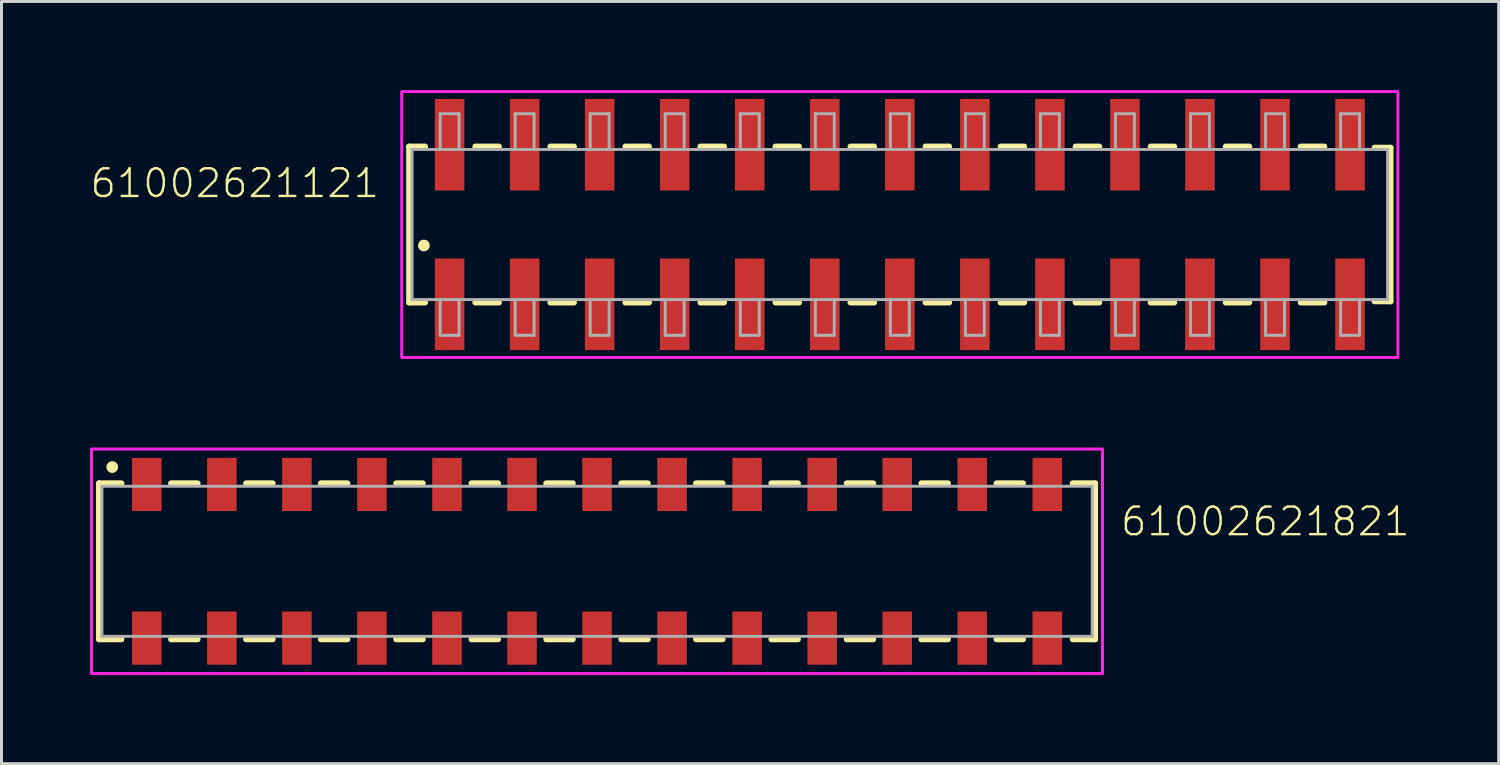
<source format=kicad_pcb>
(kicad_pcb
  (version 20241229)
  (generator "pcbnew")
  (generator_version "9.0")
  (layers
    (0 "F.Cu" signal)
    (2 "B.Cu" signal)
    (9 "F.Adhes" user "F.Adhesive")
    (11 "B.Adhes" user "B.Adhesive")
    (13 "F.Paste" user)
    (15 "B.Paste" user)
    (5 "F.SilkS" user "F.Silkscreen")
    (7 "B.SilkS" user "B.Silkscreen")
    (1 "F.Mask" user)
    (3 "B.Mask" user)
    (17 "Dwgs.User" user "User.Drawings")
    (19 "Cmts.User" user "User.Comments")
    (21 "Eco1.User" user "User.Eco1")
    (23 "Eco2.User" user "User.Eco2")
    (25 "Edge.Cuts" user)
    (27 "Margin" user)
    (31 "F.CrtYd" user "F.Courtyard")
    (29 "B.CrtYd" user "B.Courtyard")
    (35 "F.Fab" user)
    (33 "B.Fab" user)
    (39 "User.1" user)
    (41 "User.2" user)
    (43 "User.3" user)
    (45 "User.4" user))
  (footprint "61002621121"
    (layer "F.Cu")
    (at 27.409 4.55)
    (property "Reference" "61002621121" (at -17.56 -0.85 0) (unlocked yes) (layer "F.SilkS") (effects (font (size 0.935 0.935) (thickness 0.081)) (justify right bottom)))
    (fp_line (start -16.61 -2.64) (end -16.61 2.64) (stroke (width 0.2) (type solid)) (layer "F.SilkS"))
    (fp_line (start -16.61 2.64) (end -16.07 2.64) (stroke (width 0.2) (type solid)) (layer "F.SilkS"))
    (fp_line (start -16.07 -2.64) (end -16.61 -2.64) (stroke (width 0.2) (type solid)) (layer "F.SilkS"))
    (fp_line (start -14.37 2.64) (end -13.57 2.64) (stroke (width 0.2) (type solid)) (layer "F.SilkS"))
    (fp_line (start -13.57 -2.64) (end -14.37 -2.64) (stroke (width 0.2) (type solid)) (layer "F.SilkS"))
    (fp_line (start -11.83 2.64) (end -11.03 2.64) (stroke (width 0.2) (type solid)) (layer "F.SilkS"))
    (fp_line (start -11.03 -2.64) (end -11.83 -2.64) (stroke (width 0.2) (type solid)) (layer "F.SilkS"))
    (fp_line (start -9.29 2.64) (end -8.49 2.64) (stroke (width 0.2) (type solid)) (layer "F.SilkS"))
    (fp_line (start -8.49 -2.64) (end -9.29 -2.64) (stroke (width 0.2) (type solid)) (layer "F.SilkS"))
    (fp_line (start -6.75 2.64) (end -5.95 2.64) (stroke (width 0.2) (type solid)) (layer "F.SilkS"))
    (fp_line (start -5.95 -2.64) (end -6.75 -2.64) (stroke (width 0.2) (type solid)) (layer "F.SilkS"))
    (fp_line (start -4.21 2.64) (end -3.41 2.64) (stroke (width 0.2) (type solid)) (layer "F.SilkS"))
    (fp_line (start -3.41 -2.64) (end -4.21 -2.64) (stroke (width 0.2) (type solid)) (layer "F.SilkS"))
    (fp_line (start -1.67 2.64) (end -0.87 2.64) (stroke (width 0.2) (type solid)) (layer "F.SilkS"))
    (fp_line (start -0.87 -2.64) (end -1.67 -2.64) (stroke (width 0.2) (type solid)) (layer "F.SilkS"))
    (fp_line (start 0.87 2.64) (end 1.67 2.64) (stroke (width 0.2) (type solid)) (layer "F.SilkS"))
    (fp_line (start 1.67 -2.64) (end 0.87 -2.64) (stroke (width 0.2) (type solid)) (layer "F.SilkS"))
    (fp_line (start 3.41 2.64) (end 4.21 2.64) (stroke (width 0.2) (type solid)) (layer "F.SilkS"))
    (fp_line (start 4.21 -2.64) (end 3.41 -2.64) (stroke (width 0.2) (type solid)) (layer "F.SilkS"))
    (fp_line (start 5.95 2.64) (end 6.75 2.64) (stroke (width 0.2) (type solid)) (layer "F.SilkS"))
    (fp_line (start 6.75 -2.64) (end 5.95 -2.64) (stroke (width 0.2) (type solid)) (layer "F.SilkS"))
    (fp_line (start 8.49 2.64) (end 9.29 2.64) (stroke (width 0.2) (type solid)) (layer "F.SilkS"))
    (fp_line (start 9.29 -2.64) (end 8.49 -2.64) (stroke (width 0.2) (type solid)) (layer "F.SilkS"))
    (fp_line (start 11.03 2.64) (end 11.83 2.64) (stroke (width 0.2) (type solid)) (layer "F.SilkS"))
    (fp_line (start 11.83 -2.64) (end 11.03 -2.64) (stroke (width 0.2) (type solid)) (layer "F.SilkS"))
    (fp_line (start 13.57 2.64) (end 14.37 2.64) (stroke (width 0.2) (type solid)) (layer "F.SilkS"))
    (fp_line (start 14.37 -2.64) (end 13.57 -2.64) (stroke (width 0.2) (type solid)) (layer "F.SilkS"))
    (fp_line (start 16.07 -2.6) (end 16.61 -2.6) (stroke (width 0.2) (type solid)) (layer "F.SilkS"))
    (fp_line (start 16.61 -2.6) (end 16.61 2.6) (stroke (width 0.2) (type solid)) (layer "F.SilkS"))
    (fp_line (start 16.61 2.6) (end 16.07 2.6) (stroke (width 0.2) (type solid)) (layer "F.SilkS"))
    (fp_circle (center -16.11 0.71) (end -16.01 0.71) (stroke (width 0.2) (type solid)) (fill no) (layer "F.SilkS"))
    (fp_poly (pts (xy 16.86 4.5) (xy -16.86 4.5) (xy -16.86 -4.5) (xy 16.86 -4.5)) (stroke (width 0.1) (type default)) (fill no) (layer "F.CrtYd"))
    (fp_line (start -16.51 -2.54) (end -16.51 2.54) (stroke (width 0.1) (type solid)) (layer "F.Fab"))
    (fp_line (start -16.51 2.54) (end 16.51 2.54) (stroke (width 0.1) (type solid)) (layer "F.Fab"))
    (fp_line (start -15.56 -3.75) (end -14.92 -3.75) (stroke (width 0.1) (type solid)) (layer "F.Fab"))
    (fp_line (start -15.56 -2.54) (end -16.51 -2.54) (stroke (width 0.1) (type solid)) (layer "F.Fab"))
    (fp_line (start -15.56 -2.54) (end -15.56 -3.75) (stroke (width 0.1) (type solid)) (layer "F.Fab"))
    (fp_line (start -15.56 3.75) (end -15.56 2.54) (stroke (width 0.1) (type solid)) (layer "F.Fab"))
    (fp_line (start -14.92 -3.75) (end -14.92 -2.54) (stroke (width 0.1) (type solid)) (layer "F.Fab"))
    (fp_line (start -14.92 -2.54) (end -15.56 -2.54) (stroke (width 0.1) (type solid)) (layer "F.Fab"))
    (fp_line (start -14.92 2.54) (end -14.92 3.75) (stroke (width 0.1) (type solid)) (layer "F.Fab"))
    (fp_line (start -14.92 3.75) (end -15.56 3.75) (stroke (width 0.1) (type solid)) (layer "F.Fab"))
    (fp_line (start -13.02 -3.75) (end -12.38 -3.75) (stroke (width 0.1) (type solid)) (layer "F.Fab"))
    (fp_line (start -13.02 -2.54) (end -13.02 -3.75) (stroke (width 0.1) (type solid)) (layer "F.Fab"))
    (fp_line (start -13.02 3.75) (end -13.02 2.54) (stroke (width 0.1) (type solid)) (layer "F.Fab"))
    (fp_line (start -12.38 -3.75) (end -12.38 -2.54) (stroke (width 0.1) (type solid)) (layer "F.Fab"))
    (fp_line (start -12.38 2.54) (end -12.38 3.75) (stroke (width 0.1) (type solid)) (layer "F.Fab"))
    (fp_line (start -12.38 3.75) (end -13.02 3.75) (stroke (width 0.1) (type solid)) (layer "F.Fab"))
    (fp_line (start -10.48 -3.75) (end -9.84 -3.75) (stroke (width 0.1) (type solid)) (layer "F.Fab"))
    (fp_line (start -10.48 -2.54) (end -10.48 -3.75) (stroke (width 0.1) (type solid)) (layer "F.Fab"))
    (fp_line (start -10.48 3.75) (end -10.48 2.54) (stroke (width 0.1) (type solid)) (layer "F.Fab"))
    (fp_line (start -9.84 -3.75) (end -9.84 -2.54) (stroke (width 0.1) (type solid)) (layer "F.Fab"))
    (fp_line (start -9.84 2.54) (end -9.84 3.75) (stroke (width 0.1) (type solid)) (layer "F.Fab"))
    (fp_line (start -9.84 3.75) (end -10.48 3.75) (stroke (width 0.1) (type solid)) (layer "F.Fab"))
    (fp_line (start -7.94 -3.75) (end -7.3 -3.75) (stroke (width 0.1) (type solid)) (layer "F.Fab"))
    (fp_line (start -7.94 -2.54) (end -7.94 -3.75) (stroke (width 0.1) (type solid)) (layer "F.Fab"))
    (fp_line (start -7.94 3.75) (end -7.94 2.54) (stroke (width 0.1) (type solid)) (layer "F.Fab"))
    (fp_line (start -7.3 -3.75) (end -7.3 -2.54) (stroke (width 0.1) (type solid)) (layer "F.Fab"))
    (fp_line (start -7.3 2.54) (end -7.3 3.75) (stroke (width 0.1) (type solid)) (layer "F.Fab"))
    (fp_line (start -7.3 3.75) (end -7.94 3.75) (stroke (width 0.1) (type solid)) (layer "F.Fab"))
    (fp_line (start -5.4 -3.75) (end -4.76 -3.75) (stroke (width 0.1) (type solid)) (layer "F.Fab"))
    (fp_line (start -5.4 -2.54) (end -5.4 -3.75) (stroke (width 0.1) (type solid)) (layer "F.Fab"))
    (fp_line (start -5.4 3.75) (end -5.4 2.54) (stroke (width 0.1) (type solid)) (layer "F.Fab"))
    (fp_line (start -4.76 -3.75) (end -4.76 -2.54) (stroke (width 0.1) (type solid)) (layer "F.Fab"))
    (fp_line (start -4.76 2.54) (end -4.76 3.75) (stroke (width 0.1) (type solid)) (layer "F.Fab"))
    (fp_line (start -4.76 3.75) (end -5.4 3.75) (stroke (width 0.1) (type solid)) (layer "F.Fab"))
    (fp_line (start -2.86 -3.75) (end -2.22 -3.75) (stroke (width 0.1) (type solid)) (layer "F.Fab"))
    (fp_line (start -2.86 -2.54) (end -2.86 -3.75) (stroke (width 0.1) (type solid)) (layer "F.Fab"))
    (fp_line (start -2.86 3.75) (end -2.86 2.54) (stroke (width 0.1) (type solid)) (layer "F.Fab"))
    (fp_line (start -2.22 -3.75) (end -2.22 -2.54) (stroke (width 0.1) (type solid)) (layer "F.Fab"))
    (fp_line (start -2.22 2.54) (end -2.22 3.75) (stroke (width 0.1) (type solid)) (layer "F.Fab"))
    (fp_line (start -2.22 3.75) (end -2.86 3.75) (stroke (width 0.1) (type solid)) (layer "F.Fab"))
    (fp_line (start -0.32 -3.75) (end 0.32 -3.75) (stroke (width 0.1) (type solid)) (layer "F.Fab"))
    (fp_line (start -0.32 -2.54) (end -0.32 -3.75) (stroke (width 0.1) (type solid)) (layer "F.Fab"))
    (fp_line (start -0.32 3.75) (end -0.32 2.54) (stroke (width 0.1) (type solid)) (layer "F.Fab"))
    (fp_line (start 0.32 -3.75) (end 0.32 -2.54) (stroke (width 0.1) (type solid)) (layer "F.Fab"))
    (fp_line (start 0.32 2.54) (end 0.32 3.75) (stroke (width 0.1) (type solid)) (layer "F.Fab"))
    (fp_line (start 0.32 3.75) (end -0.32 3.75) (stroke (width 0.1) (type solid)) (layer "F.Fab"))
    (fp_line (start 2.22 -3.75) (end 2.86 -3.75) (stroke (width 0.1) (type solid)) (layer "F.Fab"))
    (fp_line (start 2.22 -2.54) (end 2.22 -3.75) (stroke (width 0.1) (type solid)) (layer "F.Fab"))
    (fp_line (start 2.22 3.75) (end 2.22 2.54) (stroke (width 0.1) (type solid)) (layer "F.Fab"))
    (fp_line (start 2.86 -3.75) (end 2.86 -2.54) (stroke (width 0.1) (type solid)) (layer "F.Fab"))
    (fp_line (start 2.86 2.54) (end 2.86 3.75) (stroke (width 0.1) (type solid)) (layer "F.Fab"))
    (fp_line (start 2.86 3.75) (end 2.22 3.75) (stroke (width 0.1) (type solid)) (layer "F.Fab"))
    (fp_line (start 4.76 -3.75) (end 5.4 -3.75) (stroke (width 0.1) (type solid)) (layer "F.Fab"))
    (fp_line (start 4.76 -2.54) (end 4.76 -3.75) (stroke (width 0.1) (type solid)) (layer "F.Fab"))
    (fp_line (start 4.76 3.75) (end 4.76 2.54) (stroke (width 0.1) (type solid)) (layer "F.Fab"))
    (fp_line (start 5.4 -3.75) (end 5.4 -2.54) (stroke (width 0.1) (type solid)) (layer "F.Fab"))
    (fp_line (start 5.4 2.54) (end 5.4 3.75) (stroke (width 0.1) (type solid)) (layer "F.Fab"))
    (fp_line (start 5.4 3.75) (end 4.76 3.75) (stroke (width 0.1) (type solid)) (layer "F.Fab"))
    (fp_line (start 7.3 -3.75) (end 7.94 -3.75) (stroke (width 0.1) (type solid)) (layer "F.Fab"))
    (fp_line (start 7.3 -2.54) (end 7.3 -3.75) (stroke (width 0.1) (type solid)) (layer "F.Fab"))
    (fp_line (start 7.3 3.75) (end 7.3 2.54) (stroke (width 0.1) (type solid)) (layer "F.Fab"))
    (fp_line (start 7.94 -3.75) (end 7.94 -2.54) (stroke (width 0.1) (type solid)) (layer "F.Fab"))
    (fp_line (start 7.94 2.54) (end 7.94 3.75) (stroke (width 0.1) (type solid)) (layer "F.Fab"))
    (fp_line (start 7.94 3.75) (end 7.3 3.75) (stroke (width 0.1) (type solid)) (layer "F.Fab"))
    (fp_line (start 9.84 -3.75) (end 10.48 -3.75) (stroke (width 0.1) (type solid)) (layer "F.Fab"))
    (fp_line (start 9.84 -2.54) (end 9.84 -3.75) (stroke (width 0.1) (type solid)) (layer "F.Fab"))
    (fp_line (start 9.84 3.75) (end 9.84 2.54) (stroke (width 0.1) (type solid)) (layer "F.Fab"))
    (fp_line (start 10.48 -3.75) (end 10.48 -2.54) (stroke (width 0.1) (type solid)) (layer "F.Fab"))
    (fp_line (start 10.48 2.54) (end 10.48 3.75) (stroke (width 0.1) (type solid)) (layer "F.Fab"))
    (fp_line (start 10.48 3.75) (end 9.84 3.75) (stroke (width 0.1) (type solid)) (layer "F.Fab"))
    (fp_line (start 12.38 -3.75) (end 13.02 -3.75) (stroke (width 0.1) (type solid)) (layer "F.Fab"))
    (fp_line (start 12.38 -2.54) (end 12.38 -3.75) (stroke (width 0.1) (type solid)) (layer "F.Fab"))
    (fp_line (start 12.38 3.75) (end 12.38 2.54) (stroke (width 0.1) (type solid)) (layer "F.Fab"))
    (fp_line (start 13.02 -3.75) (end 13.02 -2.54) (stroke (width 0.1) (type solid)) (layer "F.Fab"))
    (fp_line (start 13.02 2.54) (end 13.02 3.75) (stroke (width 0.1) (type solid)) (layer "F.Fab"))
    (fp_line (start 13.02 3.75) (end 12.38 3.75) (stroke (width 0.1) (type solid)) (layer "F.Fab"))
    (fp_line (start 14.92 -3.75) (end 15.56 -3.75) (stroke (width 0.1) (type solid)) (layer "F.Fab"))
    (fp_line (start 14.92 -2.54) (end 14.92 -3.75) (stroke (width 0.1) (type solid)) (layer "F.Fab"))
    (fp_line (start 14.92 3.75) (end 14.92 2.54) (stroke (width 0.1) (type solid)) (layer "F.Fab"))
    (fp_line (start 15.56 -3.75) (end 15.56 -2.54) (stroke (width 0.1) (type solid)) (layer "F.Fab"))
    (fp_line (start 15.56 2.54) (end 15.56 3.75) (stroke (width 0.1) (type solid)) (layer "F.Fab"))
    (fp_line (start 15.56 3.75) (end 14.92 3.75) (stroke (width 0.1) (type solid)) (layer "F.Fab"))
    (fp_line (start 16.51 -2.54) (end -14.92 -2.54) (stroke (width 0.1) (type solid)) (layer "F.Fab"))
    (fp_line (start 16.51 2.54) (end 16.51 -2.54) (stroke (width 0.1) (type solid)) (layer "F.Fab"))
    (pad "1" smd rect (at -15.24 2.7 90) (size 3.1 1) (layers "F.Cu" "F.Mask" "F.Paste"))
    (pad "2" smd rect (at -15.24 -2.7 90) (size 3.1 1) (layers "F.Cu" "F.Mask" "F.Paste"))
    (pad "3" smd rect (at -12.7 2.7 90) (size 3.1 1) (layers "F.Cu" "F.Mask" "F.Paste"))
    (pad "4" smd rect (at -12.7 -2.7 90) (size 3.1 1) (layers "F.Cu" "F.Mask" "F.Paste"))
    (pad "5" smd rect (at -10.16 2.7 90) (size 3.1 1) (layers "F.Cu" "F.Mask" "F.Paste"))
    (pad "6" smd rect (at -10.16 -2.7 90) (size 3.1 1) (layers "F.Cu" "F.Mask" "F.Paste"))
    (pad "7" smd rect (at -7.62 2.7 90) (size 3.1 1) (layers "F.Cu" "F.Mask" "F.Paste"))
    (pad "8" smd rect (at -7.62 -2.7 90) (size 3.1 1) (layers "F.Cu" "F.Mask" "F.Paste"))
    (pad "9" smd rect (at -5.08 2.7 90) (size 3.1 1) (layers "F.Cu" "F.Mask" "F.Paste"))
    (pad "10" smd rect (at -5.08 -2.7 90) (size 3.1 1) (layers "F.Cu" "F.Mask" "F.Paste"))
    (pad "11" smd rect (at -2.54 2.7 90) (size 3.1 1) (layers "F.Cu" "F.Mask" "F.Paste"))
    (pad "12" smd rect (at -2.54 -2.7 90) (size 3.1 1) (layers "F.Cu" "F.Mask" "F.Paste"))
    (pad "13" smd rect (at 0 2.7 90) (size 3.1 1) (layers "F.Cu" "F.Mask" "F.Paste"))
    (pad "14" smd rect (at 0 -2.7 90) (size 3.1 1) (layers "F.Cu" "F.Mask" "F.Paste"))
    (pad "15" smd rect (at 2.54 2.7 90) (size 3.1 1) (layers "F.Cu" "F.Mask" "F.Paste"))
    (pad "16" smd rect (at 2.54 -2.7 90) (size 3.1 1) (layers "F.Cu" "F.Mask" "F.Paste"))
    (pad "17" smd rect (at 5.08 2.7 90) (size 3.1 1) (layers "F.Cu" "F.Mask" "F.Paste"))
    (pad "18" smd rect (at 5.08 -2.7 90) (size 3.1 1) (layers "F.Cu" "F.Mask" "F.Paste"))
    (pad "19" smd rect (at 7.62 2.7 90) (size 3.1 1) (layers "F.Cu" "F.Mask" "F.Paste"))
    (pad "20" smd rect (at 7.62 -2.7 90) (size 3.1 1) (layers "F.Cu" "F.Mask" "F.Paste"))
    (pad "21" smd rect (at 10.16 2.7 90) (size 3.1 1) (layers "F.Cu" "F.Mask" "F.Paste"))
    (pad "22" smd rect (at 10.16 -2.7 90) (size 3.1 1) (layers "F.Cu" "F.Mask" "F.Paste"))
    (pad "23" smd rect (at 12.7 2.7 90) (size 3.1 1) (layers "F.Cu" "F.Mask" "F.Paste"))
    (pad "24" smd rect (at 12.7 -2.7 90) (size 3.1 1) (layers "F.Cu" "F.Mask" "F.Paste"))
    (pad "25" smd rect (at 15.24 2.7 90) (size 3.1 1) (layers "F.Cu" "F.Mask" "F.Paste"))
    (pad "26" smd rect (at 15.24 -2.7 90) (size 3.1 1) (layers "F.Cu" "F.Mask" "F.Paste")))
  (footprint "61002621821"
    (layer "F.Cu")
    (at 17.16 15.95)
    (property "Reference" "61002621821" (at 17.67 -0.8 0) (unlocked yes) (layer "F.SilkS") (effects (font (size 0.935 0.935) (thickness 0.081)) (justify left bottom)))
    (fp_line (start -16.86 -2.64) (end -16.86 2.64) (stroke (width 0.2) (type solid)) (layer "F.SilkS"))
    (fp_line (start -16.1 -2.64) (end -16.86 -2.64) (stroke (width 0.2) (type solid)) (layer "F.SilkS"))
    (fp_line (start -16.1 2.64) (end -16.86 2.64) (stroke (width 0.2) (type solid)) (layer "F.SilkS"))
    (fp_line (start -14.42 -2.64) (end -13.52 -2.64) (stroke (width 0.2) (type solid)) (layer "F.SilkS"))
    (fp_line (start -14.42 2.64) (end -13.52 2.64) (stroke (width 0.2) (type solid)) (layer "F.SilkS"))
    (fp_line (start -11.88 -2.64) (end -10.98 -2.64) (stroke (width 0.2) (type solid)) (layer "F.SilkS"))
    (fp_line (start -11.88 2.64) (end -10.98 2.64) (stroke (width 0.2) (type solid)) (layer "F.SilkS"))
    (fp_line (start -9.35 -2.64) (end -8.45 -2.64) (stroke (width 0.2) (type solid)) (layer "F.SilkS"))
    (fp_line (start -9.35 2.64) (end -8.45 2.64) (stroke (width 0.2) (type solid)) (layer "F.SilkS"))
    (fp_line (start -6.8 -2.64) (end -5.9 -2.64) (stroke (width 0.2) (type solid)) (layer "F.SilkS"))
    (fp_line (start -5.9 2.64) (end -6.8 2.64) (stroke (width 0.2) (type solid)) (layer "F.SilkS"))
    (fp_line (start -4.25 -2.64) (end -3.35 -2.64) (stroke (width 0.2) (type solid)) (layer "F.SilkS"))
    (fp_line (start -4.25 2.64) (end -3.35 2.64) (stroke (width 0.2) (type solid)) (layer "F.SilkS"))
    (fp_line (start -1.72 -2.64) (end -0.82 -2.64) (stroke (width 0.2) (type solid)) (layer "F.SilkS"))
    (fp_line (start -1.72 2.64) (end -0.82 2.64) (stroke (width 0.2) (type solid)) (layer "F.SilkS"))
    (fp_line (start 1.72 -2.64) (end 0.82 -2.64) (stroke (width 0.2) (type solid)) (layer "F.SilkS"))
    (fp_line (start 1.72 2.64) (end 0.82 2.64) (stroke (width 0.2) (type solid)) (layer "F.SilkS"))
    (fp_line (start 4.25 -2.64) (end 3.35 -2.64) (stroke (width 0.2) (type solid)) (layer "F.SilkS"))
    (fp_line (start 4.25 2.64) (end 3.35 2.64) (stroke (width 0.2) (type solid)) (layer "F.SilkS"))
    (fp_line (start 5.9 -2.64) (end 6.8 -2.64) (stroke (width 0.2) (type solid)) (layer "F.SilkS"))
    (fp_line (start 6.8 2.64) (end 5.9 2.64) (stroke (width 0.2) (type solid)) (layer "F.SilkS"))
    (fp_line (start 9.35 -2.64) (end 8.45 -2.64) (stroke (width 0.2) (type solid)) (layer "F.SilkS"))
    (fp_line (start 9.35 2.64) (end 8.45 2.64) (stroke (width 0.2) (type solid)) (layer "F.SilkS"))
    (fp_line (start 11.88 -2.64) (end 10.98 -2.64) (stroke (width 0.2) (type solid)) (layer "F.SilkS"))
    (fp_line (start 11.88 2.64) (end 10.98 2.64) (stroke (width 0.2) (type solid)) (layer "F.SilkS"))
    (fp_line (start 14.42 -2.64) (end 13.52 -2.64) (stroke (width 0.2) (type solid)) (layer "F.SilkS"))
    (fp_line (start 14.42 2.64) (end 13.52 2.64) (stroke (width 0.2) (type solid)) (layer "F.SilkS"))
    (fp_line (start 16.1 -2.64) (end 16.86 -2.64) (stroke (width 0.2) (type solid)) (layer "F.SilkS"))
    (fp_line (start 16.1 2.64) (end 16.86 2.64) (stroke (width 0.2) (type solid)) (layer "F.SilkS"))
    (fp_line (start 16.86 2.64) (end 16.86 -2.64) (stroke (width 0.2) (type solid)) (layer "F.SilkS"))
    (fp_circle (center -16.41 -3.19) (end -16.31 -3.19) (stroke (width 0.2) (type solid)) (fill no) (layer "F.SilkS"))
    (fp_poly (pts (xy 17.11 3.8) (xy -17.11 3.8) (xy -17.11 -3.8) (xy 17.11 -3.8)) (stroke (width 0.1) (type default)) (fill no) (layer "F.CrtYd"))
    (fp_line (start -16.76 -2.54) (end -16.76 2.54) (stroke (width 0.1) (type solid)) (layer "F.Fab"))
    (fp_line (start -16.76 2.54) (end 16.76 2.54) (stroke (width 0.1) (type solid)) (layer "F.Fab"))
    (fp_line (start 16.76 -2.54) (end -16.76 -2.54) (stroke (width 0.1) (type solid)) (layer "F.Fab"))
    (fp_line (start 16.76 2.54) (end 16.76 -2.54) (stroke (width 0.1) (type solid)) (layer "F.Fab"))
    (pad "1" smd rect (at -15.24 -2.6) (size 1 1.8) (layers "F.Cu" "F.Mask" "F.Paste"))
    (pad "2" smd rect (at -15.24 2.6) (size 1 1.8) (layers "F.Cu" "F.Mask" "F.Paste"))
    (pad "3" smd rect (at -12.7 -2.6) (size 1 1.8) (layers "F.Cu" "F.Mask" "F.Paste"))
    (pad "4" smd rect (at -12.7 2.6) (size 1 1.8) (layers "F.Cu" "F.Mask" "F.Paste"))
    (pad "5" smd rect (at -10.16 -2.6) (size 1 1.8) (layers "F.Cu" "F.Mask" "F.Paste"))
    (pad "6" smd rect (at -10.16 2.6) (size 1 1.8) (layers "F.Cu" "F.Mask" "F.Paste"))
    (pad "7" smd rect (at -7.62 -2.6) (size 1 1.8) (layers "F.Cu" "F.Mask" "F.Paste"))
    (pad "8" smd rect (at -7.62 2.6) (size 1 1.8) (layers "F.Cu" "F.Mask" "F.Paste"))
    (pad "9" smd rect (at -5.08 -2.6) (size 1 1.8) (layers "F.Cu" "F.Mask" "F.Paste"))
    (pad "10" smd rect (at -5.08 2.6) (size 1 1.8) (layers "F.Cu" "F.Mask" "F.Paste"))
    (pad "11" smd rect (at -2.54 -2.6) (size 1 1.8) (layers "F.Cu" "F.Mask" "F.Paste"))
    (pad "12" smd rect (at -2.54 2.6) (size 1 1.8) (layers "F.Cu" "F.Mask" "F.Paste"))
    (pad "13" smd rect (at 0 -2.6) (size 1 1.8) (layers "F.Cu" "F.Mask" "F.Paste"))
    (pad "14" smd rect (at 0 2.6) (size 1 1.8) (layers "F.Cu" "F.Mask" "F.Paste"))
    (pad "15" smd rect (at 2.54 -2.6) (size 1 1.8) (layers "F.Cu" "F.Mask" "F.Paste"))
    (pad "16" smd rect (at 2.54 2.6) (size 1 1.8) (layers "F.Cu" "F.Mask" "F.Paste"))
    (pad "17" smd rect (at 5.08 -2.6) (size 1 1.8) (layers "F.Cu" "F.Mask" "F.Paste"))
    (pad "18" smd rect (at 5.08 2.6) (size 1 1.8) (layers "F.Cu" "F.Mask" "F.Paste"))
    (pad "19" smd rect (at 7.62 -2.6) (size 1 1.8) (layers "F.Cu" "F.Mask" "F.Paste"))
    (pad "20" smd rect (at 7.62 2.6) (size 1 1.8) (layers "F.Cu" "F.Mask" "F.Paste"))
    (pad "21" smd rect (at 10.16 -2.6) (size 1 1.8) (layers "F.Cu" "F.Mask" "F.Paste"))
    (pad "22" smd rect (at 10.16 2.6) (size 1 1.8) (layers "F.Cu" "F.Mask" "F.Paste"))
    (pad "23" smd rect (at 12.7 -2.6) (size 1 1.8) (layers "F.Cu" "F.Mask" "F.Paste"))
    (pad "24" smd rect (at 12.7 2.6) (size 1 1.8) (layers "F.Cu" "F.Mask" "F.Paste"))
    (pad "25" smd rect (at 15.24 -2.6) (size 1 1.8) (layers "F.Cu" "F.Mask" "F.Paste"))
    (pad "26" smd rect (at 15.24 2.6) (size 1 1.8) (layers "F.Cu" "F.Mask" "F.Paste")))
  (gr_rect
    (start -3 -3)
    (end 47.679 22.8)
    (stroke (width 0.1) (type default))
    (fill no)
    (layer "Edge.Cuts")))
</source>
